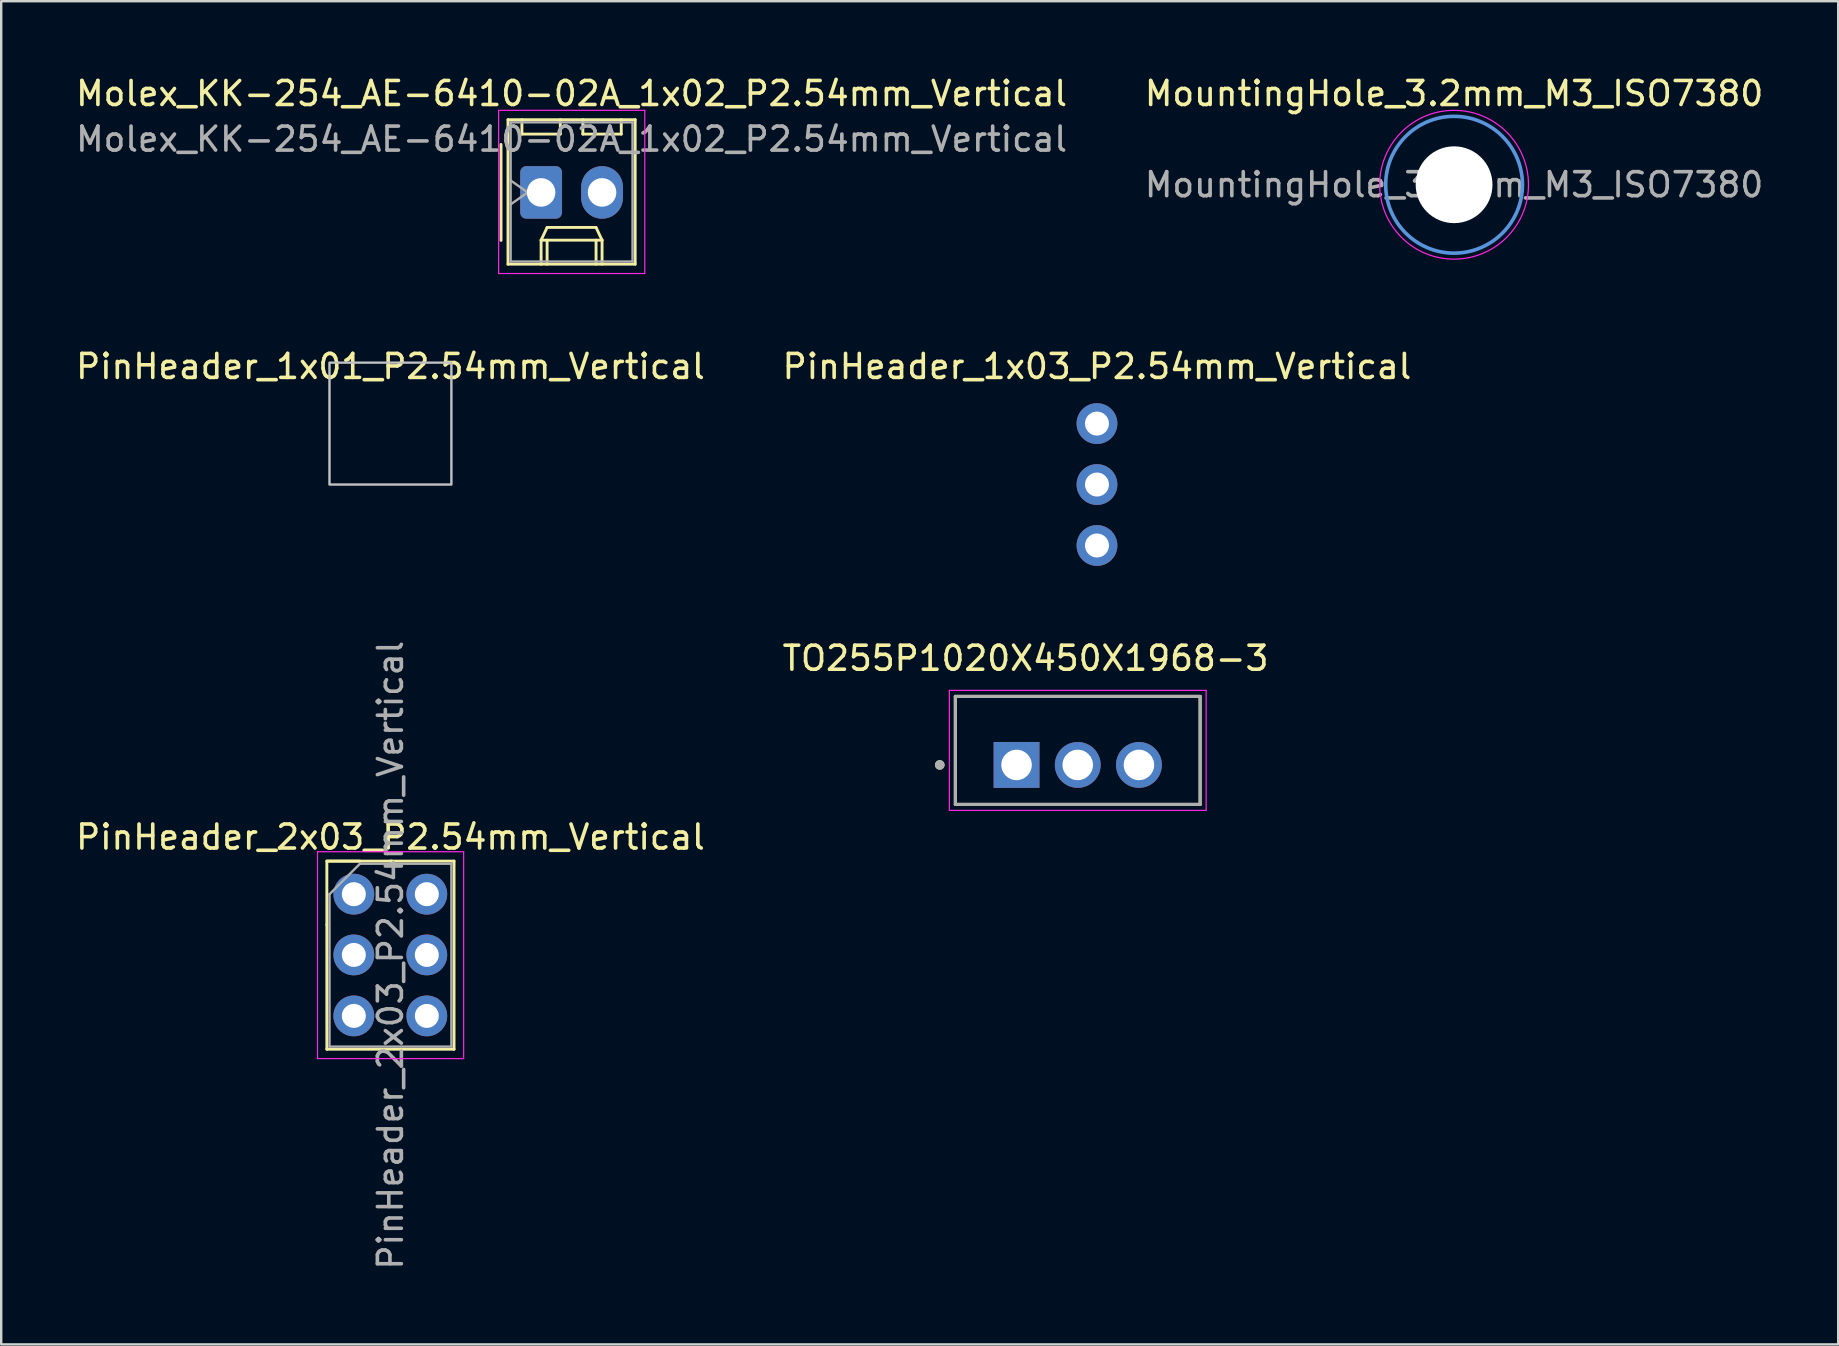
<source format=kicad_pcb>
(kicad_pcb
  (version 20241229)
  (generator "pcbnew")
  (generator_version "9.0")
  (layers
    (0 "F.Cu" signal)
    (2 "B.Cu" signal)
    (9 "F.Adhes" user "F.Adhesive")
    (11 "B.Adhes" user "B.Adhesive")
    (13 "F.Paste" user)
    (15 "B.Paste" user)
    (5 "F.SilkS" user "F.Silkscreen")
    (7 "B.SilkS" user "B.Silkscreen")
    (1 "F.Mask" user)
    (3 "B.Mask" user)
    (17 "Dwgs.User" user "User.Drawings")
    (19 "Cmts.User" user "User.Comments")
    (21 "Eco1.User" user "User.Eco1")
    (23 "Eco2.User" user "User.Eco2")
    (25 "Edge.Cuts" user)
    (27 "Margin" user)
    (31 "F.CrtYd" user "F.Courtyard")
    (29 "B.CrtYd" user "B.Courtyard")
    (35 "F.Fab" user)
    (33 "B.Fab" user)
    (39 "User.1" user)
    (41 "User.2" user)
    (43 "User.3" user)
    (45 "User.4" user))
  (footprint "PinHeader_1x03_P2.54mm_Vertical"
    (layer "F.Cu")
    (at 42.661 14.601)
    (property "Reference" "PinHeader_1x03_P2.54mm_Vertical" (at 0 -2.38 0) (layer "F.SilkS") (effects (font (size 1 1) (thickness 0.15))))
    (attr through_hole)
    (pad "1" thru_hole circle (at 0 0) (size 1.7 1.7) (drill 1) (layers "*.Cu" "*.Mask"))
    (pad "2" thru_hole circle (at 0 2.54) (size 1.7 1.7) (drill 1) (layers "*.Cu" "*.Mask"))
    (pad "3" thru_hole circle (at 0 5.08) (size 1.7 1.7) (drill 1) (layers "*.Cu" "*.Mask")))
  (footprint "MountingHole_3.2mm_M3_ISO7380"
    (layer "F.Cu")
    (at 57.542 4.648)
    (property "Reference" "MountingHole_3.2mm_M3_ISO7380" (at 0 -3.8 0) (layer "F.SilkS") (effects (font (size 1 1) (thickness 0.15))))
    (attr exclude_from_pos_files exclude_from_bom)
    (fp_circle (center 0 0) (end 2.85 0) (stroke (width 0.15) (type solid)) (fill no) (layer "Cmts.User"))
    (fp_circle (center 0 0) (end 3.1 0) (stroke (width 0.05) (type solid)) (fill no) (layer "F.CrtYd"))
    (fp_text user "${REFERENCE}" (at 0 0 0) (layer "F.Fab") (effects (font (size 1 1) (thickness 0.15))))
    (pad "" np_thru_hole circle (at 0 0) (size 3.2 3.2) (drill 3.2) (layers "*.Cu" "*.Mask")))
  (footprint "PinHeader_1x01_P2.54mm_Vertical"
    (layer "F.Cu")
    (at 13.22 14.601)
    (property "Reference" "PinHeader_1x01_P2.54mm_Vertical" (at 0 -2.38 0) (layer "F.SilkS") (effects (font (size 1 1) (thickness 0.15))))
    (attr through_hole board_only allow_missing_courtyard)
    (fp_rect (start -2.54 -2.54) (end 2.54 2.54) (stroke (width 0.1) (type default)) (fill no) (layer "Dwgs.User")))
  (footprint "TO255P1020X450X1968-3"
    (layer "F.Cu")
    (at 41.86 28.22)
    (property "Reference" "TO255P1020X450X1968-3" (at -2.175 -3.84 0) (layer "F.SilkS") (effects (font (size 1 1) (thickness 0.15))))
    (attr through_hole)
    (fp_line (start -5.1 -2.25) (end 5.1 -2.25) (stroke (width 0.127) (type solid)) (layer "F.SilkS"))
    (fp_line (start -5.1 2.25) (end -5.1 -2.25) (stroke (width 0.127) (type solid)) (layer "F.SilkS"))
    (fp_line (start 5.1 -2.25) (end 5.1 2.25) (stroke (width 0.127) (type solid)) (layer "F.SilkS"))
    (fp_line (start 5.1 2.25) (end -5.1 2.25) (stroke (width 0.127) (type solid)) (layer "F.SilkS"))
    (fp_circle (center -5.75 0.605) (end -5.65 0.605) (stroke (width 0.2) (type solid)) (fill no) (layer "F.SilkS"))
    (fp_line (start -5.35 -2.5) (end 5.35 -2.5) (stroke (width 0.05) (type solid)) (layer "F.CrtYd"))
    (fp_line (start -5.35 2.5) (end -5.35 -2.5) (stroke (width 0.05) (type solid)) (layer "F.CrtYd"))
    (fp_line (start 5.35 -2.5) (end 5.35 2.5) (stroke (width 0.05) (type solid)) (layer "F.CrtYd"))
    (fp_line (start 5.35 2.5) (end -5.35 2.5) (stroke (width 0.05) (type solid)) (layer "F.CrtYd"))
    (fp_line (start -5.1 -2.25) (end 5.1 -2.25) (stroke (width 0.127) (type solid)) (layer "F.Fab"))
    (fp_line (start -5.1 2.25) (end -5.1 -2.25) (stroke (width 0.127) (type solid)) (layer "F.Fab"))
    (fp_line (start 5.1 -2.25) (end 5.1 2.25) (stroke (width 0.127) (type solid)) (layer "F.Fab"))
    (fp_line (start 5.1 2.25) (end -5.1 2.25) (stroke (width 0.127) (type solid)) (layer "F.Fab"))
    (fp_circle (center -5.75 0.605) (end -5.65 0.605) (stroke (width 0.2) (type solid)) (fill no) (layer "F.Fab"))
    (pad "1" thru_hole rect (at -2.55 0.605) (size 1.91 1.91) (drill 1.27) (layers "*.Cu" "*.Mask"))
    (pad "2" thru_hole circle (at 0 0.605) (size 1.91 1.91) (drill 1.27) (layers "*.Cu" "*.Mask"))
    (pad "3" thru_hole circle (at 2.55 0.605) (size 1.91 1.91) (drill 1.27) (layers "*.Cu" "*.Mask")))
  (footprint "Molex_KK-254_AE-6410-02A_1x02_P2.54mm_Vertical"
    (layer "F.Cu")
    (at 19.498 4.968)
    (property "Reference" "Molex_KK-254_AE-6410-02A_1x02_P2.54mm_Vertical" (at 1.27 -4.12 0) (layer "F.SilkS") (effects (font (size 1 1) (thickness 0.15))))
    (attr through_hole)
    (fp_line (start -1.67 -2) (end -1.67 2) (stroke (width 0.12) (type solid)) (layer "F.SilkS"))
    (fp_line (start -1.38 -3.03) (end -1.38 2.99) (stroke (width 0.12) (type solid)) (layer "F.SilkS"))
    (fp_line (start -1.38 2.99) (end 3.92 2.99) (stroke (width 0.12) (type solid)) (layer "F.SilkS"))
    (fp_line (start -0.8 -3.03) (end -0.8 -2.43) (stroke (width 0.12) (type solid)) (layer "F.SilkS"))
    (fp_line (start -0.8 -2.43) (end 0.8 -2.43) (stroke (width 0.12) (type solid)) (layer "F.SilkS"))
    (fp_line (start 0 1.99) (end 0.25 1.46) (stroke (width 0.12) (type solid)) (layer "F.SilkS"))
    (fp_line (start 0 1.99) (end 2.54 1.99) (stroke (width 0.12) (type solid)) (layer "F.SilkS"))
    (fp_line (start 0 2.99) (end 0 1.99) (stroke (width 0.12) (type solid)) (layer "F.SilkS"))
    (fp_line (start 0.25 1.46) (end 2.29 1.46) (stroke (width 0.12) (type solid)) (layer "F.SilkS"))
    (fp_line (start 0.25 2.99) (end 0.25 1.99) (stroke (width 0.12) (type solid)) (layer "F.SilkS"))
    (fp_line (start 0.8 -2.43) (end 0.8 -3.03) (stroke (width 0.12) (type solid)) (layer "F.SilkS"))
    (fp_line (start 1.74 -3.03) (end 1.74 -2.43) (stroke (width 0.12) (type solid)) (layer "F.SilkS"))
    (fp_line (start 1.74 -2.43) (end 3.34 -2.43) (stroke (width 0.12) (type solid)) (layer "F.SilkS"))
    (fp_line (start 2.29 1.46) (end 2.54 1.99) (stroke (width 0.12) (type solid)) (layer "F.SilkS"))
    (fp_line (start 2.29 2.99) (end 2.29 1.99) (stroke (width 0.12) (type solid)) (layer "F.SilkS"))
    (fp_line (start 2.54 1.99) (end 2.54 2.99) (stroke (width 0.12) (type solid)) (layer "F.SilkS"))
    (fp_line (start 3.34 -2.43) (end 3.34 -3.03) (stroke (width 0.12) (type solid)) (layer "F.SilkS"))
    (fp_line (start 3.92 -3.03) (end -1.38 -3.03) (stroke (width 0.12) (type solid)) (layer "F.SilkS"))
    (fp_line (start 3.92 2.99) (end 3.92 -3.03) (stroke (width 0.12) (type solid)) (layer "F.SilkS"))
    (fp_line (start -1.77 -3.42) (end -1.77 3.38) (stroke (width 0.05) (type solid)) (layer "F.CrtYd"))
    (fp_line (start -1.77 3.38) (end 4.32 3.38) (stroke (width 0.05) (type solid)) (layer "F.CrtYd"))
    (fp_line (start 4.32 -3.42) (end -1.77 -3.42) (stroke (width 0.05) (type solid)) (layer "F.CrtYd"))
    (fp_line (start 4.32 3.38) (end 4.32 -3.42) (stroke (width 0.05) (type solid)) (layer "F.CrtYd"))
    (fp_line (start -1.27 -2.92) (end -1.27 2.88) (stroke (width 0.1) (type solid)) (layer "F.Fab"))
    (fp_line (start -1.27 -0.5) (end -0.563 0) (stroke (width 0.1) (type solid)) (layer "F.Fab"))
    (fp_line (start -1.27 2.88) (end 3.81 2.88) (stroke (width 0.1) (type solid)) (layer "F.Fab"))
    (fp_line (start -0.563 0) (end -1.27 0.5) (stroke (width 0.1) (type solid)) (layer "F.Fab"))
    (fp_line (start 3.81 -2.92) (end -1.27 -2.92) (stroke (width 0.1) (type solid)) (layer "F.Fab"))
    (fp_line (start 3.81 2.88) (end 3.81 -2.92) (stroke (width 0.1) (type solid)) (layer "F.Fab"))
    (fp_text user "${REFERENCE}" (at 1.27 -2.22 0) (layer "F.Fab") (effects (font (size 1 1) (thickness 0.15))))
    (pad "1" thru_hole roundrect (at 0 0) (size 1.74 2.19) (drill 1.19) (layers "*.Cu" "*.Mask") (roundrect_rratio 0.144))
    (pad "2" thru_hole oval (at 2.54 0) (size 1.74 2.19) (drill 1.19) (layers "*.Cu" "*.Mask")))
  (footprint "PinHeader_2x03_P2.54mm_Vertical"
    (layer "F.Cu")
    (at 11.95 34.212)
    (property "Reference" "PinHeader_2x03_P2.54mm_Vertical" (at 1.27 -2.38 0) (layer "F.SilkS") (effects (font (size 1 1) (thickness 0.15))))
    (attr through_hole)
    (fp_line (start -1.38 -1.38) (end 0 -1.38) (stroke (width 0.12) (type solid)) (layer "F.SilkS"))
    (fp_line (start -1.38 1.27) (end -1.38 -1.38) (stroke (width 0.12) (type solid)) (layer "F.SilkS"))
    (fp_line (start -1.38 1.27) (end -1.38 6.46) (stroke (width 0.12) (type solid)) (layer "F.SilkS"))
    (fp_line (start -1.38 6.46) (end 3.92 6.46) (stroke (width 0.12) (type solid)) (layer "F.SilkS"))
    (fp_line (start -1.325 -1.38) (end 1.325 -1.38) (stroke (width 0.12) (type solid)) (layer "F.SilkS"))
    (fp_line (start 1.27 -1.38) (end 3.92 -1.38) (stroke (width 0.12) (type solid)) (layer "F.SilkS"))
    (fp_line (start 3.92 -1.38) (end 3.92 6.46) (stroke (width 0.12) (type solid)) (layer "F.SilkS"))
    (fp_line (start -1.77 -1.77) (end -1.77 6.85) (stroke (width 0.05) (type solid)) (layer "F.CrtYd"))
    (fp_line (start -1.77 6.85) (end 4.32 6.85) (stroke (width 0.05) (type solid)) (layer "F.CrtYd"))
    (fp_line (start 4.32 -1.77) (end -1.77 -1.77) (stroke (width 0.05) (type solid)) (layer "F.CrtYd"))
    (fp_line (start 4.32 6.85) (end 4.32 -1.77) (stroke (width 0.05) (type solid)) (layer "F.CrtYd"))
    (fp_line (start -1.27 0) (end 0 -1.27) (stroke (width 0.1) (type solid)) (layer "F.Fab"))
    (fp_line (start -1.27 6.35) (end -1.27 0) (stroke (width 0.1) (type solid)) (layer "F.Fab"))
    (fp_line (start 0 -1.27) (end 3.81 -1.27) (stroke (width 0.1) (type solid)) (layer "F.Fab"))
    (fp_line (start 3.81 -1.27) (end 3.81 6.35) (stroke (width 0.1) (type solid)) (layer "F.Fab"))
    (fp_line (start 3.81 6.35) (end -1.27 6.35) (stroke (width 0.1) (type solid)) (layer "F.Fab"))
    (fp_text user "${REFERENCE}" (at 1.27 2.54 90) (layer "F.Fab") (effects (font (size 1 1) (thickness 0.15))))
    (pad "1" thru_hole circle (at -0.256 -0.001) (size 1.7 1.7) (drill 1) (layers "*.Cu" "*.Mask"))
    (pad "2" thru_hole circle (at -0.256 2.53) (size 1.7 1.7) (drill 1) (layers "*.Cu" "*.Mask"))
    (pad "3" thru_hole circle (at -0.256 5.071) (size 1.7 1.7) (drill 1) (layers "*.Cu" "*.Mask"))
    (pad "4" thru_hole circle (at 2.785 5.071) (size 1.7 1.7) (drill 1) (layers "*.Cu" "*.Mask"))
    (pad "5" thru_hole circle (at 2.785 2.53) (size 1.7 1.7) (drill 1) (layers "*.Cu" "*.Mask"))
    (pad "6" thru_hole circle (at 2.785 -0.001) (size 1.7 1.7) (drill 1) (layers "*.Cu" "*.Mask")))
  (gr_rect
    (start -3 -3)
    (end 73.548 52.972)
    (stroke (width 0.1) (type default))
    (fill no)
    (layer "Edge.Cuts")))
</source>
